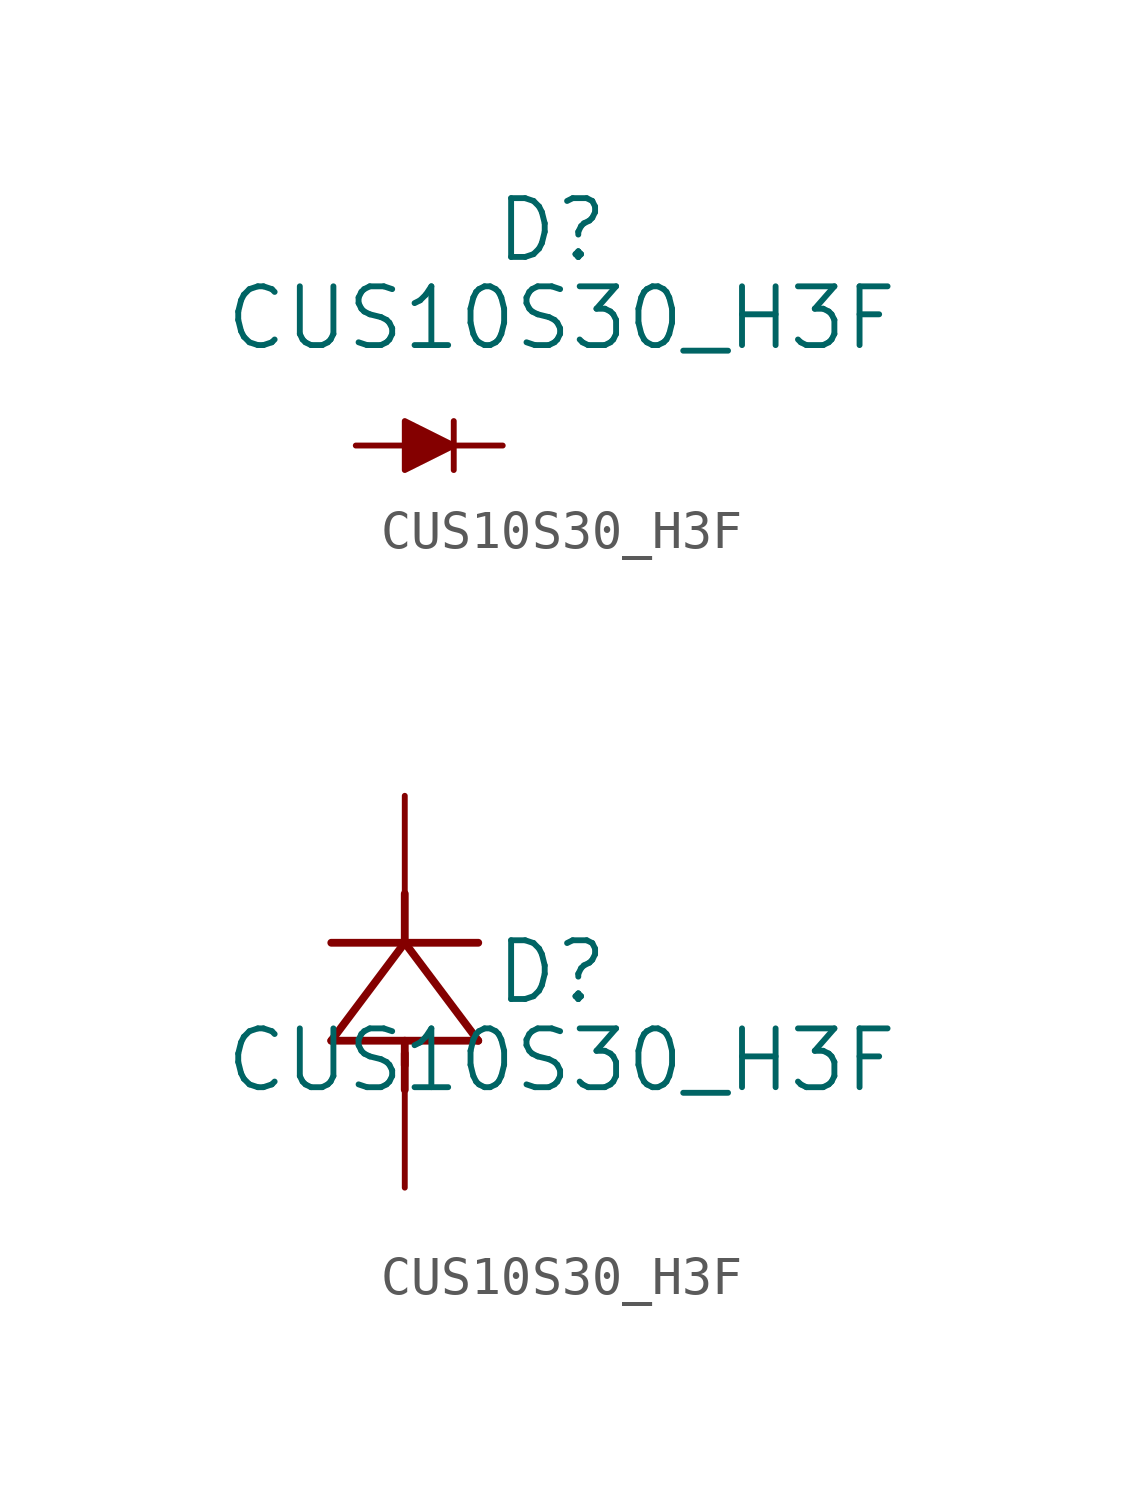
<source format=kicad_sym>
(kicad_symbol_lib
  (version 20231120)
  (generator "kicad_symbol_editor")
  (generator_version "8.0")
  (symbol "CUS10S30_H3F"
    (pin_numbers hide)
    (pin_names
      (offset 0.254) hide)
    (property "Reference" "D"
      (at 5.08 5.588 0)
      (effects (font (size 1.524 1.524))))
    (property "Value" "CUS10S30_H3F"
      (at 5.334 3.302 0)
      (effects (font (size 1.524 1.524))))
    (symbol "CUS10S30_H3F_1_1"
      (polyline (pts (xy 2.54 0.635) (xy 2.54 -0.635)) (stroke (width 0) (type default)) (fill (type none)))
      (polyline (pts (xy 2.54 0) (xy 1.27 0.635) (xy 1.27 -0.635) (xy 2.54 0)) (stroke (width 0) (type default)) (fill (type color) (color 132 0 0 1)))
      (pin unspecified line (at 3.81 0 180) (length 1.27) (name "" (effects (font (size 1.27 1.27)))) (number "1" (effects (font (size 1.27 1.27)))))
      (pin unspecified line (at 0 0 0) (length 1.27) (name "" (effects (font (size 1.27 1.27)))) (number "2" (effects (font (size 1.27 1.27))))))
    (symbol "CUS10S30_H3F_1_2"
      (polyline (pts (xy -0.635 3.81) (xy 3.175 3.81)) (stroke (width 0.203) (type default)) (fill (type none)))
      (polyline (pts (xy 1.27 2.54) (xy 1.27 3.48)) (stroke (width 0.203) (type default)) (fill (type none)))
      (polyline (pts (xy 1.27 3.175) (xy 1.27 3.81)) (stroke (width 0.203) (type default)) (fill (type none)))
      (polyline (pts (xy 1.27 6.35) (xy -0.635 3.81)) (stroke (width 0.203) (type default)) (fill (type none)))
      (polyline (pts (xy 1.27 6.35) (xy 1.27 7.62)) (stroke (width 0.203) (type default)) (fill (type none)))
      (polyline (pts (xy 3.175 3.81) (xy 1.27 6.35)) (stroke (width 0.203) (type default)) (fill (type none)))
      (polyline (pts (xy 3.175 6.35) (xy -0.635 6.35)) (stroke (width 0.203) (type default)) (fill (type none)))
      (pin unspecified line (at 1.27 10.16 270) (length 2.54) (name "" (effects (font (size 1.27 1.27)))) (number "1" (effects (font (size 1.27 1.27)))))
      (pin unspecified line (at 1.27 0 90) (length 2.54) (name "" (effects (font (size 1.27 1.27)))) (number "2" (effects (font (size 1.27 1.27))))))))
</source>
